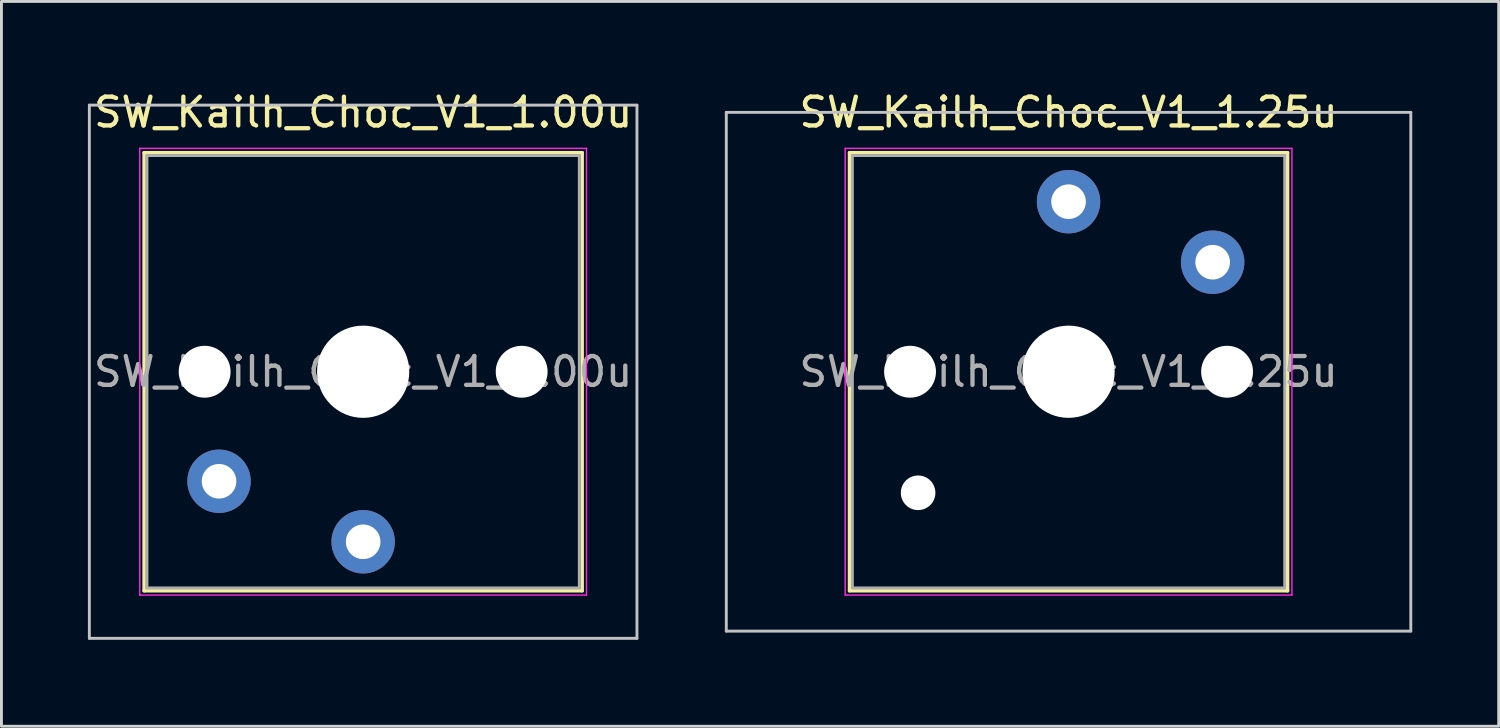
<source format=kicad_pcb>
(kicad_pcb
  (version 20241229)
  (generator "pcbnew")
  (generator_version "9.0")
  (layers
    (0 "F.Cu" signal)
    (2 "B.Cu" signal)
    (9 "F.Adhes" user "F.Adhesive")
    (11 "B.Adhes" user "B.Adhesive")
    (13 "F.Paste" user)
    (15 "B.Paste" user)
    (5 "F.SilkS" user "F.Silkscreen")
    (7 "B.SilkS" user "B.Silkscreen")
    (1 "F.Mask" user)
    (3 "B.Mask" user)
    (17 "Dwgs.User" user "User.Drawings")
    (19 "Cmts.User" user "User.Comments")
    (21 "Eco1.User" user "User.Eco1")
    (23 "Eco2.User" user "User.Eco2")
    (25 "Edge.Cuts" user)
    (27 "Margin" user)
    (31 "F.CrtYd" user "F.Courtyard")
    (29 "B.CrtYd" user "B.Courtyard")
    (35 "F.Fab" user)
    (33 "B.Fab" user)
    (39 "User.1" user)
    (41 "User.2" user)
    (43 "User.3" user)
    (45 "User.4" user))
  (footprint "SW_Kailh_Choc_V1_1.00u"
    (layer "F.Cu")
    (at 9.55 9.848)
    (property "Reference" "SW_Kailh_Choc_V1_1.00u" (at 0 -9 0) (layer "F.SilkS") (effects (font (size 1 1) (thickness 0.15))))
    (attr through_hole)
    (fp_line (start -7.6 -7.6) (end -7.6 7.6) (stroke (width 0.12) (type solid)) (layer "F.SilkS"))
    (fp_line (start -7.6 7.6) (end 7.6 7.6) (stroke (width 0.12) (type solid)) (layer "F.SilkS"))
    (fp_line (start 7.6 -7.6) (end -7.6 -7.6) (stroke (width 0.12) (type solid)) (layer "F.SilkS"))
    (fp_line (start 7.6 7.6) (end 7.6 -7.6) (stroke (width 0.12) (type solid)) (layer "F.SilkS"))
    (fp_line (start -9.5 -9.25) (end -9.5 9.25) (stroke (width 0.1) (type solid)) (layer "Dwgs.User"))
    (fp_line (start -9.5 9.25) (end 9.5 9.25) (stroke (width 0.1) (type solid)) (layer "Dwgs.User"))
    (fp_line (start 9.5 -9.25) (end -9.5 -9.25) (stroke (width 0.1) (type solid)) (layer "Dwgs.User"))
    (fp_line (start 9.5 9.25) (end 9.5 -9.25) (stroke (width 0.1) (type solid)) (layer "Dwgs.User"))
    (fp_line (start -7.25 -7.25) (end -7.25 7.25) (stroke (width 0.1) (type solid)) (layer "Eco1.User"))
    (fp_line (start -7.25 7.25) (end 7.25 7.25) (stroke (width 0.1) (type solid)) (layer "Eco1.User"))
    (fp_line (start 7.25 -7.25) (end -7.25 -7.25) (stroke (width 0.1) (type solid)) (layer "Eco1.User"))
    (fp_line (start 7.25 7.25) (end 7.25 -7.25) (stroke (width 0.1) (type solid)) (layer "Eco1.User"))
    (fp_line (start -7.75 -7.75) (end -7.75 7.75) (stroke (width 0.05) (type solid)) (layer "F.CrtYd"))
    (fp_line (start -7.75 7.75) (end 7.75 7.75) (stroke (width 0.05) (type solid)) (layer "F.CrtYd"))
    (fp_line (start 7.75 -7.75) (end -7.75 -7.75) (stroke (width 0.05) (type solid)) (layer "F.CrtYd"))
    (fp_line (start 7.75 7.75) (end 7.75 -7.75) (stroke (width 0.05) (type solid)) (layer "F.CrtYd"))
    (fp_line (start -7.5 -7.5) (end -7.5 7.5) (stroke (width 0.1) (type solid)) (layer "F.Fab"))
    (fp_line (start -7.5 7.5) (end 7.5 7.5) (stroke (width 0.1) (type solid)) (layer "F.Fab"))
    (fp_line (start 7.5 -7.5) (end -7.5 -7.5) (stroke (width 0.1) (type solid)) (layer "F.Fab"))
    (fp_line (start 7.5 7.5) (end 7.5 -7.5) (stroke (width 0.1) (type solid)) (layer "F.Fab"))
    (fp_text user "${REFERENCE}" (at 0 0 0) (layer "F.Fab") (effects (font (size 1 1) (thickness 0.15))))
    (pad "" np_thru_hole circle (at -5.5 0) (size 1.8 1.8) (drill 1.8) (layers "*.Cu" "*.Mask"))
    (pad "" np_thru_hole circle (at 0 0) (size 3.2 3.2) (drill 3.2) (layers "*.Cu" "*.Mask"))
    (pad "" np_thru_hole circle (at 5.5 0) (size 1.8 1.8) (drill 1.8) (layers "*.Cu" "*.Mask"))
    (pad "1" thru_hole circle (at 0 5.9) (size 2.2 2.2) (drill 1.2) (layers "*.Cu" "B.Mask"))
    (pad "2" thru_hole circle (at -5 3.8) (size 2.2 2.2) (drill 1.2) (layers "*.Cu" "B.Mask")))
  (footprint "SW_Kailh_Choc_V1_1.25u"
    (layer "F.Cu")
    (at 34.025 9.848)
    (property "Reference" "SW_Kailh_Choc_V1_1.25u" (at 0 -9 0) (layer "F.SilkS") (effects (font (size 1 1) (thickness 0.15))))
    (attr through_hole)
    (fp_line (start -7.6 -7.6) (end -7.6 7.6) (stroke (width 0.12) (type solid)) (layer "F.SilkS"))
    (fp_line (start -7.6 7.6) (end 7.6 7.6) (stroke (width 0.12) (type solid)) (layer "F.SilkS"))
    (fp_line (start 7.6 -7.6) (end -7.6 -7.6) (stroke (width 0.12) (type solid)) (layer "F.SilkS"))
    (fp_line (start 7.6 7.6) (end 7.6 -7.6) (stroke (width 0.12) (type solid)) (layer "F.SilkS"))
    (fp_line (start -11.875 -9) (end -11.875 9) (stroke (width 0.1) (type solid)) (layer "Dwgs.User"))
    (fp_line (start -11.875 9) (end 11.875 9) (stroke (width 0.1) (type solid)) (layer "Dwgs.User"))
    (fp_line (start 11.875 -9) (end -11.875 -9) (stroke (width 0.1) (type solid)) (layer "Dwgs.User"))
    (fp_line (start 11.875 9) (end 11.875 -9) (stroke (width 0.1) (type solid)) (layer "Dwgs.User"))
    (fp_line (start -7.25 -7.25) (end -7.25 7.25) (stroke (width 0.1) (type solid)) (layer "Eco1.User"))
    (fp_line (start -7.25 7.25) (end 7.25 7.25) (stroke (width 0.1) (type solid)) (layer "Eco1.User"))
    (fp_line (start 7.25 -7.25) (end -7.25 -7.25) (stroke (width 0.1) (type solid)) (layer "Eco1.User"))
    (fp_line (start 7.25 7.25) (end 7.25 -7.25) (stroke (width 0.1) (type solid)) (layer "Eco1.User"))
    (fp_line (start -7.75 -7.75) (end -7.75 7.75) (stroke (width 0.05) (type solid)) (layer "F.CrtYd"))
    (fp_line (start -7.75 7.75) (end 7.75 7.75) (stroke (width 0.05) (type solid)) (layer "F.CrtYd"))
    (fp_line (start 7.75 -7.75) (end -7.75 -7.75) (stroke (width 0.05) (type solid)) (layer "F.CrtYd"))
    (fp_line (start 7.75 7.75) (end 7.75 -7.75) (stroke (width 0.05) (type solid)) (layer "F.CrtYd"))
    (fp_line (start -7.5 -7.5) (end -7.5 7.5) (stroke (width 0.1) (type solid)) (layer "F.Fab"))
    (fp_line (start -7.5 7.5) (end 7.5 7.5) (stroke (width 0.1) (type solid)) (layer "F.Fab"))
    (fp_line (start 7.5 -7.5) (end -7.5 -7.5) (stroke (width 0.1) (type solid)) (layer "F.Fab"))
    (fp_line (start 7.5 7.5) (end 7.5 -7.5) (stroke (width 0.1) (type solid)) (layer "F.Fab"))
    (fp_text user "${REFERENCE}" (at 0 0 0) (layer "F.Fab") (effects (font (size 1 1) (thickness 0.15))))
    (pad "" np_thru_hole circle (at -5.5 0) (size 1.8 1.8) (drill 1.8) (layers "*.Cu" "*.Mask"))
    (pad "" np_thru_hole circle (at -5.22 4.2) (size 1.2 1.2) (drill 1.2) (layers "*.Cu" "*.Mask"))
    (pad "" np_thru_hole circle (at 0 0) (size 3.2 3.2) (drill 3.2) (layers "*.Cu" "*.Mask"))
    (pad "" np_thru_hole circle (at 5.5 0) (size 1.8 1.8) (drill 1.8) (layers "*.Cu" "*.Mask"))
    (pad "1" thru_hole circle (at 0 -5.9) (size 2.2 2.2) (drill 1.2) (layers "*.Cu" "B.Mask"))
    (pad "2" thru_hole circle (at 5 -3.8) (size 2.2 2.2) (drill 1.2) (layers "*.Cu" "B.Mask")))
  (gr_rect
    (start -3 -3)
    (end 48.95 22.148)
    (stroke (width 0.1) (type default))
    (fill no)
    (layer "Edge.Cuts")))
</source>
